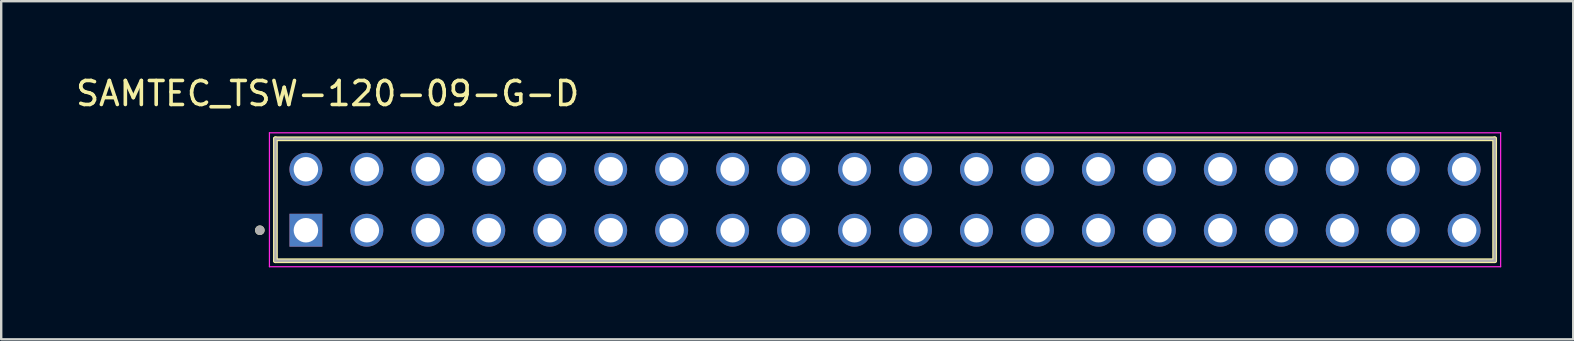
<source format=kicad_pcb>
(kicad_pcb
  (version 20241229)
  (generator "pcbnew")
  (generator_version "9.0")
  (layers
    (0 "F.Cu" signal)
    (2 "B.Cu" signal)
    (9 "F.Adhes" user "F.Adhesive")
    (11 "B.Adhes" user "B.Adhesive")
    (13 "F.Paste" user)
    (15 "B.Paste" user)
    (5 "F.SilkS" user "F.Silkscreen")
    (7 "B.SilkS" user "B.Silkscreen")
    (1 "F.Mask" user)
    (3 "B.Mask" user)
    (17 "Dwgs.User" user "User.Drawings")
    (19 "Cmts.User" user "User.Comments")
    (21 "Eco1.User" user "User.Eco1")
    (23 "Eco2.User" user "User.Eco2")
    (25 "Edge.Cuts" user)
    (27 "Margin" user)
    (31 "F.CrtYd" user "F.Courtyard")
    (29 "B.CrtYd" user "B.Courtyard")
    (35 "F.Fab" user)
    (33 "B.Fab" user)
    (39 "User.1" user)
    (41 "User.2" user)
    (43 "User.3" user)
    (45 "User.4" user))
  (footprint "SAMTEC_TSW-120-09-G-D"
    (layer "F.Cu")
    (at 9.696 6.543)
    (property "Reference" "SAMTEC_TSW-120-09-G-D" (at 0.905 -5.695 0) (layer "F.SilkS") (effects (font (size 1 1) (thickness 0.15))))
    (attr through_hole)
    (fp_line (start -1.27 1.27) (end -1.27 -3.81) (stroke (width 0.2) (type solid)) (layer "F.SilkS"))
    (fp_line (start 49.53 -3.81) (end -1.27 -3.81) (stroke (width 0.2) (type solid)) (layer "F.SilkS"))
    (fp_line (start 49.53 -3.81) (end 49.53 1.27) (stroke (width 0.2) (type solid)) (layer "F.SilkS"))
    (fp_line (start 49.53 1.27) (end -1.27 1.27) (stroke (width 0.2) (type solid)) (layer "F.SilkS"))
    (fp_circle (center -1.92 0) (end -1.82 0) (stroke (width 0.2) (type solid)) (fill no) (layer "F.SilkS"))
    (fp_line (start -1.52 -4.06) (end 49.78 -4.06) (stroke (width 0.05) (type solid)) (layer "F.CrtYd"))
    (fp_line (start -1.52 1.52) (end -1.52 -4.06) (stroke (width 0.05) (type solid)) (layer "F.CrtYd"))
    (fp_line (start 49.78 -4.06) (end 49.78 1.52) (stroke (width 0.05) (type solid)) (layer "F.CrtYd"))
    (fp_line (start 49.78 1.52) (end -1.52 1.52) (stroke (width 0.05) (type solid)) (layer "F.CrtYd"))
    (fp_line (start -1.27 -3.81) (end 49.53 -3.81) (stroke (width 0.1) (type solid)) (layer "F.Fab"))
    (fp_line (start -1.27 1.27) (end -1.27 -3.81) (stroke (width 0.1) (type solid)) (layer "F.Fab"))
    (fp_line (start 49.53 -3.81) (end 49.53 1.27) (stroke (width 0.1) (type solid)) (layer "F.Fab"))
    (fp_line (start 49.53 1.27) (end -1.27 1.27) (stroke (width 0.1) (type solid)) (layer "F.Fab"))
    (fp_circle (center -1.92 0) (end -1.82 0) (stroke (width 0.2) (type solid)) (fill no) (layer "F.Fab"))
    (pad "01" thru_hole rect (at 0 0) (size 1.37 1.37) (drill 1.02) (layers "*.Cu" "*.Mask"))
    (pad "02" thru_hole circle (at 0 -2.54) (size 1.37 1.37) (drill 1.02) (layers "*.Cu" "*.Mask"))
    (pad "03" thru_hole circle (at 2.54 0) (size 1.37 1.37) (drill 1.02) (layers "*.Cu" "*.Mask"))
    (pad "04" thru_hole circle (at 2.54 -2.54) (size 1.37 1.37) (drill 1.02) (layers "*.Cu" "*.Mask"))
    (pad "05" thru_hole circle (at 5.08 0) (size 1.37 1.37) (drill 1.02) (layers "*.Cu" "*.Mask"))
    (pad "06" thru_hole circle (at 5.08 -2.54) (size 1.37 1.37) (drill 1.02) (layers "*.Cu" "*.Mask"))
    (pad "07" thru_hole circle (at 7.62 0) (size 1.37 1.37) (drill 1.02) (layers "*.Cu" "*.Mask"))
    (pad "08" thru_hole circle (at 7.62 -2.54) (size 1.37 1.37) (drill 1.02) (layers "*.Cu" "*.Mask"))
    (pad "09" thru_hole circle (at 10.16 0) (size 1.37 1.37) (drill 1.02) (layers "*.Cu" "*.Mask"))
    (pad "10" thru_hole circle (at 10.16 -2.54) (size 1.37 1.37) (drill 1.02) (layers "*.Cu" "*.Mask"))
    (pad "11" thru_hole circle (at 12.7 0) (size 1.37 1.37) (drill 1.02) (layers "*.Cu" "*.Mask"))
    (pad "12" thru_hole circle (at 12.7 -2.54) (size 1.37 1.37) (drill 1.02) (layers "*.Cu" "*.Mask"))
    (pad "13" thru_hole circle (at 15.24 0) (size 1.37 1.37) (drill 1.02) (layers "*.Cu" "*.Mask"))
    (pad "14" thru_hole circle (at 15.24 -2.54) (size 1.37 1.37) (drill 1.02) (layers "*.Cu" "*.Mask"))
    (pad "15" thru_hole circle (at 17.78 0) (size 1.37 1.37) (drill 1.02) (layers "*.Cu" "*.Mask"))
    (pad "16" thru_hole circle (at 17.78 -2.54) (size 1.37 1.37) (drill 1.02) (layers "*.Cu" "*.Mask"))
    (pad "17" thru_hole circle (at 20.32 0) (size 1.37 1.37) (drill 1.02) (layers "*.Cu" "*.Mask"))
    (pad "18" thru_hole circle (at 20.32 -2.54) (size 1.37 1.37) (drill 1.02) (layers "*.Cu" "*.Mask"))
    (pad "19" thru_hole circle (at 22.86 0) (size 1.37 1.37) (drill 1.02) (layers "*.Cu" "*.Mask"))
    (pad "20" thru_hole circle (at 22.86 -2.54) (size 1.37 1.37) (drill 1.02) (layers "*.Cu" "*.Mask"))
    (pad "21" thru_hole circle (at 25.4 0) (size 1.37 1.37) (drill 1.02) (layers "*.Cu" "*.Mask"))
    (pad "22" thru_hole circle (at 25.4 -2.54) (size 1.37 1.37) (drill 1.02) (layers "*.Cu" "*.Mask"))
    (pad "23" thru_hole circle (at 27.94 0) (size 1.37 1.37) (drill 1.02) (layers "*.Cu" "*.Mask"))
    (pad "24" thru_hole circle (at 27.94 -2.54) (size 1.37 1.37) (drill 1.02) (layers "*.Cu" "*.Mask"))
    (pad "25" thru_hole circle (at 30.48 0) (size 1.37 1.37) (drill 1.02) (layers "*.Cu" "*.Mask"))
    (pad "26" thru_hole circle (at 30.48 -2.54) (size 1.37 1.37) (drill 1.02) (layers "*.Cu" "*.Mask"))
    (pad "27" thru_hole circle (at 33.02 0) (size 1.37 1.37) (drill 1.02) (layers "*.Cu" "*.Mask"))
    (pad "28" thru_hole circle (at 33.02 -2.54) (size 1.37 1.37) (drill 1.02) (layers "*.Cu" "*.Mask"))
    (pad "29" thru_hole circle (at 35.56 0) (size 1.37 1.37) (drill 1.02) (layers "*.Cu" "*.Mask"))
    (pad "30" thru_hole circle (at 35.56 -2.54) (size 1.37 1.37) (drill 1.02) (layers "*.Cu" "*.Mask"))
    (pad "31" thru_hole circle (at 38.1 0) (size 1.37 1.37) (drill 1.02) (layers "*.Cu" "*.Mask"))
    (pad "32" thru_hole circle (at 38.1 -2.54) (size 1.37 1.37) (drill 1.02) (layers "*.Cu" "*.Mask"))
    (pad "33" thru_hole circle (at 40.64 0) (size 1.37 1.37) (drill 1.02) (layers "*.Cu" "*.Mask"))
    (pad "34" thru_hole circle (at 40.64 -2.54) (size 1.37 1.37) (drill 1.02) (layers "*.Cu" "*.Mask"))
    (pad "35" thru_hole circle (at 43.18 0) (size 1.37 1.37) (drill 1.02) (layers "*.Cu" "*.Mask"))
    (pad "36" thru_hole circle (at 43.18 -2.54) (size 1.37 1.37) (drill 1.02) (layers "*.Cu" "*.Mask"))
    (pad "37" thru_hole circle (at 45.72 0) (size 1.37 1.37) (drill 1.02) (layers "*.Cu" "*.Mask"))
    (pad "38" thru_hole circle (at 45.72 -2.54) (size 1.37 1.37) (drill 1.02) (layers "*.Cu" "*.Mask"))
    (pad "39" thru_hole circle (at 48.26 0) (size 1.37 1.37) (drill 1.02) (layers "*.Cu" "*.Mask"))
    (pad "40" thru_hole circle (at 48.26 -2.54) (size 1.37 1.37) (drill 1.02) (layers "*.Cu" "*.Mask")))
  (gr_rect
    (start -3 -3)
    (end 62.501 11.088)
    (stroke (width 0.1) (type default))
    (fill no)
    (layer "Edge.Cuts")))
</source>
